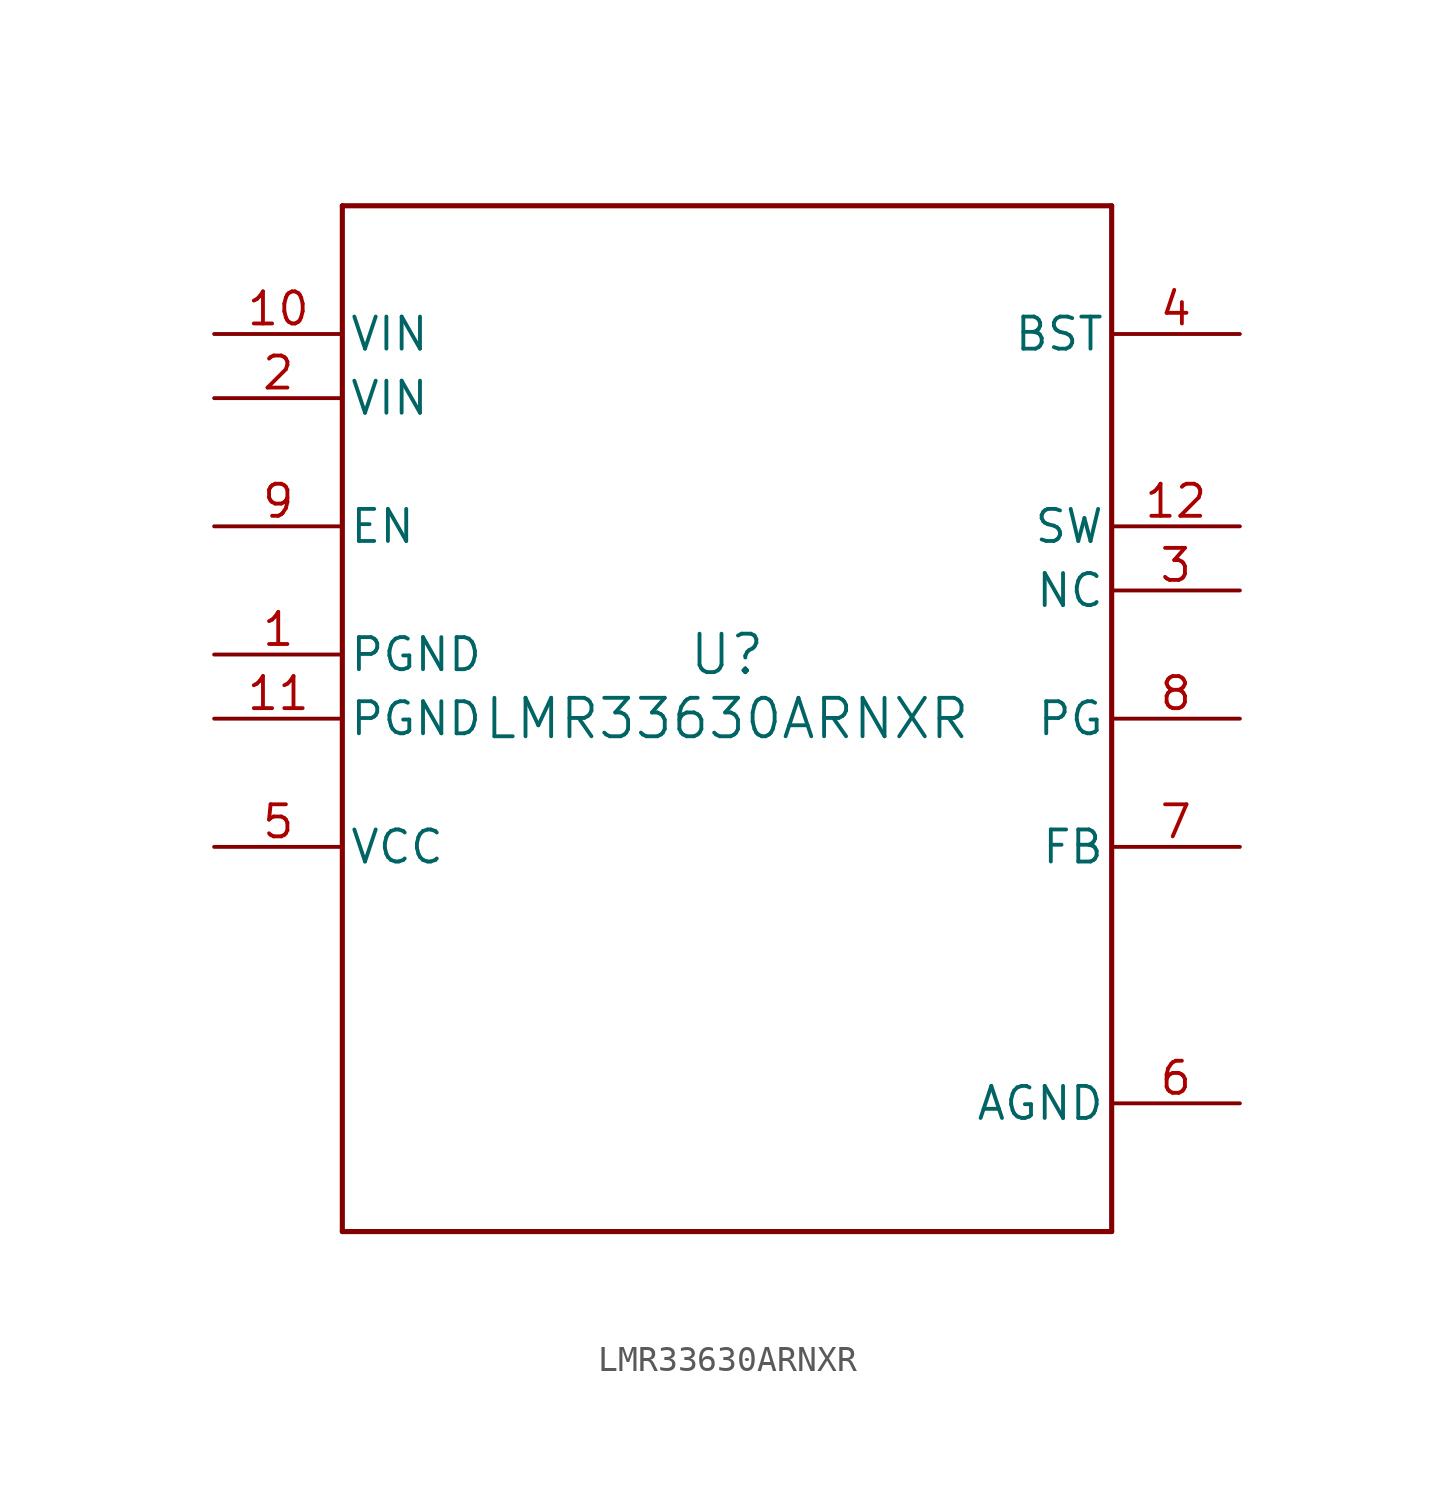
<source format=kicad_sym>
(kicad_symbol_lib
  (version 20241209)
  (generator "kicad_symbol_editor")
  (generator_version "9.0")
  (symbol "LMR33630ARNXR"
    (pin_names
      (offset 0.254))
    (property "Reference" "U"
      (at 0 2.54 0)
      (effects (font (size 1.524 1.524))))
    (property "Value" "LMR33630ARNXR"
      (at 0 0 0)
      (effects (font (size 1.524 1.524))))
    (symbol "LMR33630ARNXR_0_1"
      (polyline (pts (xy -15.24 20.32) (xy -15.24 -20.32)) (stroke (width 0.203) (type default)) (fill (type none)))
      (polyline (pts (xy -15.24 -20.32) (xy 15.24 -20.32)) (stroke (width 0.203) (type default)) (fill (type none)))
      (polyline (pts (xy 15.24 20.32) (xy -15.24 20.32)) (stroke (width 0.203) (type default)) (fill (type none)))
      (polyline (pts (xy 15.24 -20.32) (xy 15.24 20.32)) (stroke (width 0.203) (type default)) (fill (type none)))
      (pin power_in line (at -20.32 15.24 0) (length 5.08) (name "VIN" (effects (font (size 1.27 1.27)))) (number "10" (effects (font (size 1.27 1.27)))))
      (pin power_in line (at -20.32 12.7 0) (length 5.08) (name "VIN" (effects (font (size 1.27 1.27)))) (number "2" (effects (font (size 1.27 1.27)))))
      (pin input line (at -20.32 7.62 0) (length 5.08) (name "EN" (effects (font (size 1.27 1.27)))) (number "9" (effects (font (size 1.27 1.27)))))
      (pin power_in line (at -20.32 2.54 0) (length 5.08) (name "PGND" (effects (font (size 1.27 1.27)))) (number "1" (effects (font (size 1.27 1.27)))))
      (pin power_in line (at -20.32 0 0) (length 5.08) (name "PGND" (effects (font (size 1.27 1.27)))) (number "11" (effects (font (size 1.27 1.27)))))
      (pin power_in line (at -20.32 -5.08 0) (length 5.08) (name "VCC" (effects (font (size 1.27 1.27)))) (number "5" (effects (font (size 1.27 1.27)))))
      (pin unspecified line (at 20.32 15.24 180) (length 5.08) (name "BST" (effects (font (size 1.27 1.27)))) (number "4" (effects (font (size 1.27 1.27)))))
      (pin power_in line (at 20.32 7.62 180) (length 5.08) (name "SW" (effects (font (size 1.27 1.27)))) (number "12" (effects (font (size 1.27 1.27)))))
      (pin unspecified line (at 20.32 5.08 180) (length 5.08) (name "NC" (effects (font (size 1.27 1.27)))) (number "3" (effects (font (size 1.27 1.27)))))
      (pin open_collector line (at 20.32 0 180) (length 5.08) (name "PG" (effects (font (size 1.27 1.27)))) (number "8" (effects (font (size 1.27 1.27)))))
      (pin input line (at 20.32 -5.08 180) (length 5.08) (name "FB" (effects (font (size 1.27 1.27)))) (number "7" (effects (font (size 1.27 1.27)))))
      (pin power_in line (at 20.32 -15.24 180) (length 5.08) (name "AGND" (effects (font (size 1.27 1.27)))) (number "6" (effects (font (size 1.27 1.27))))))))
</source>
